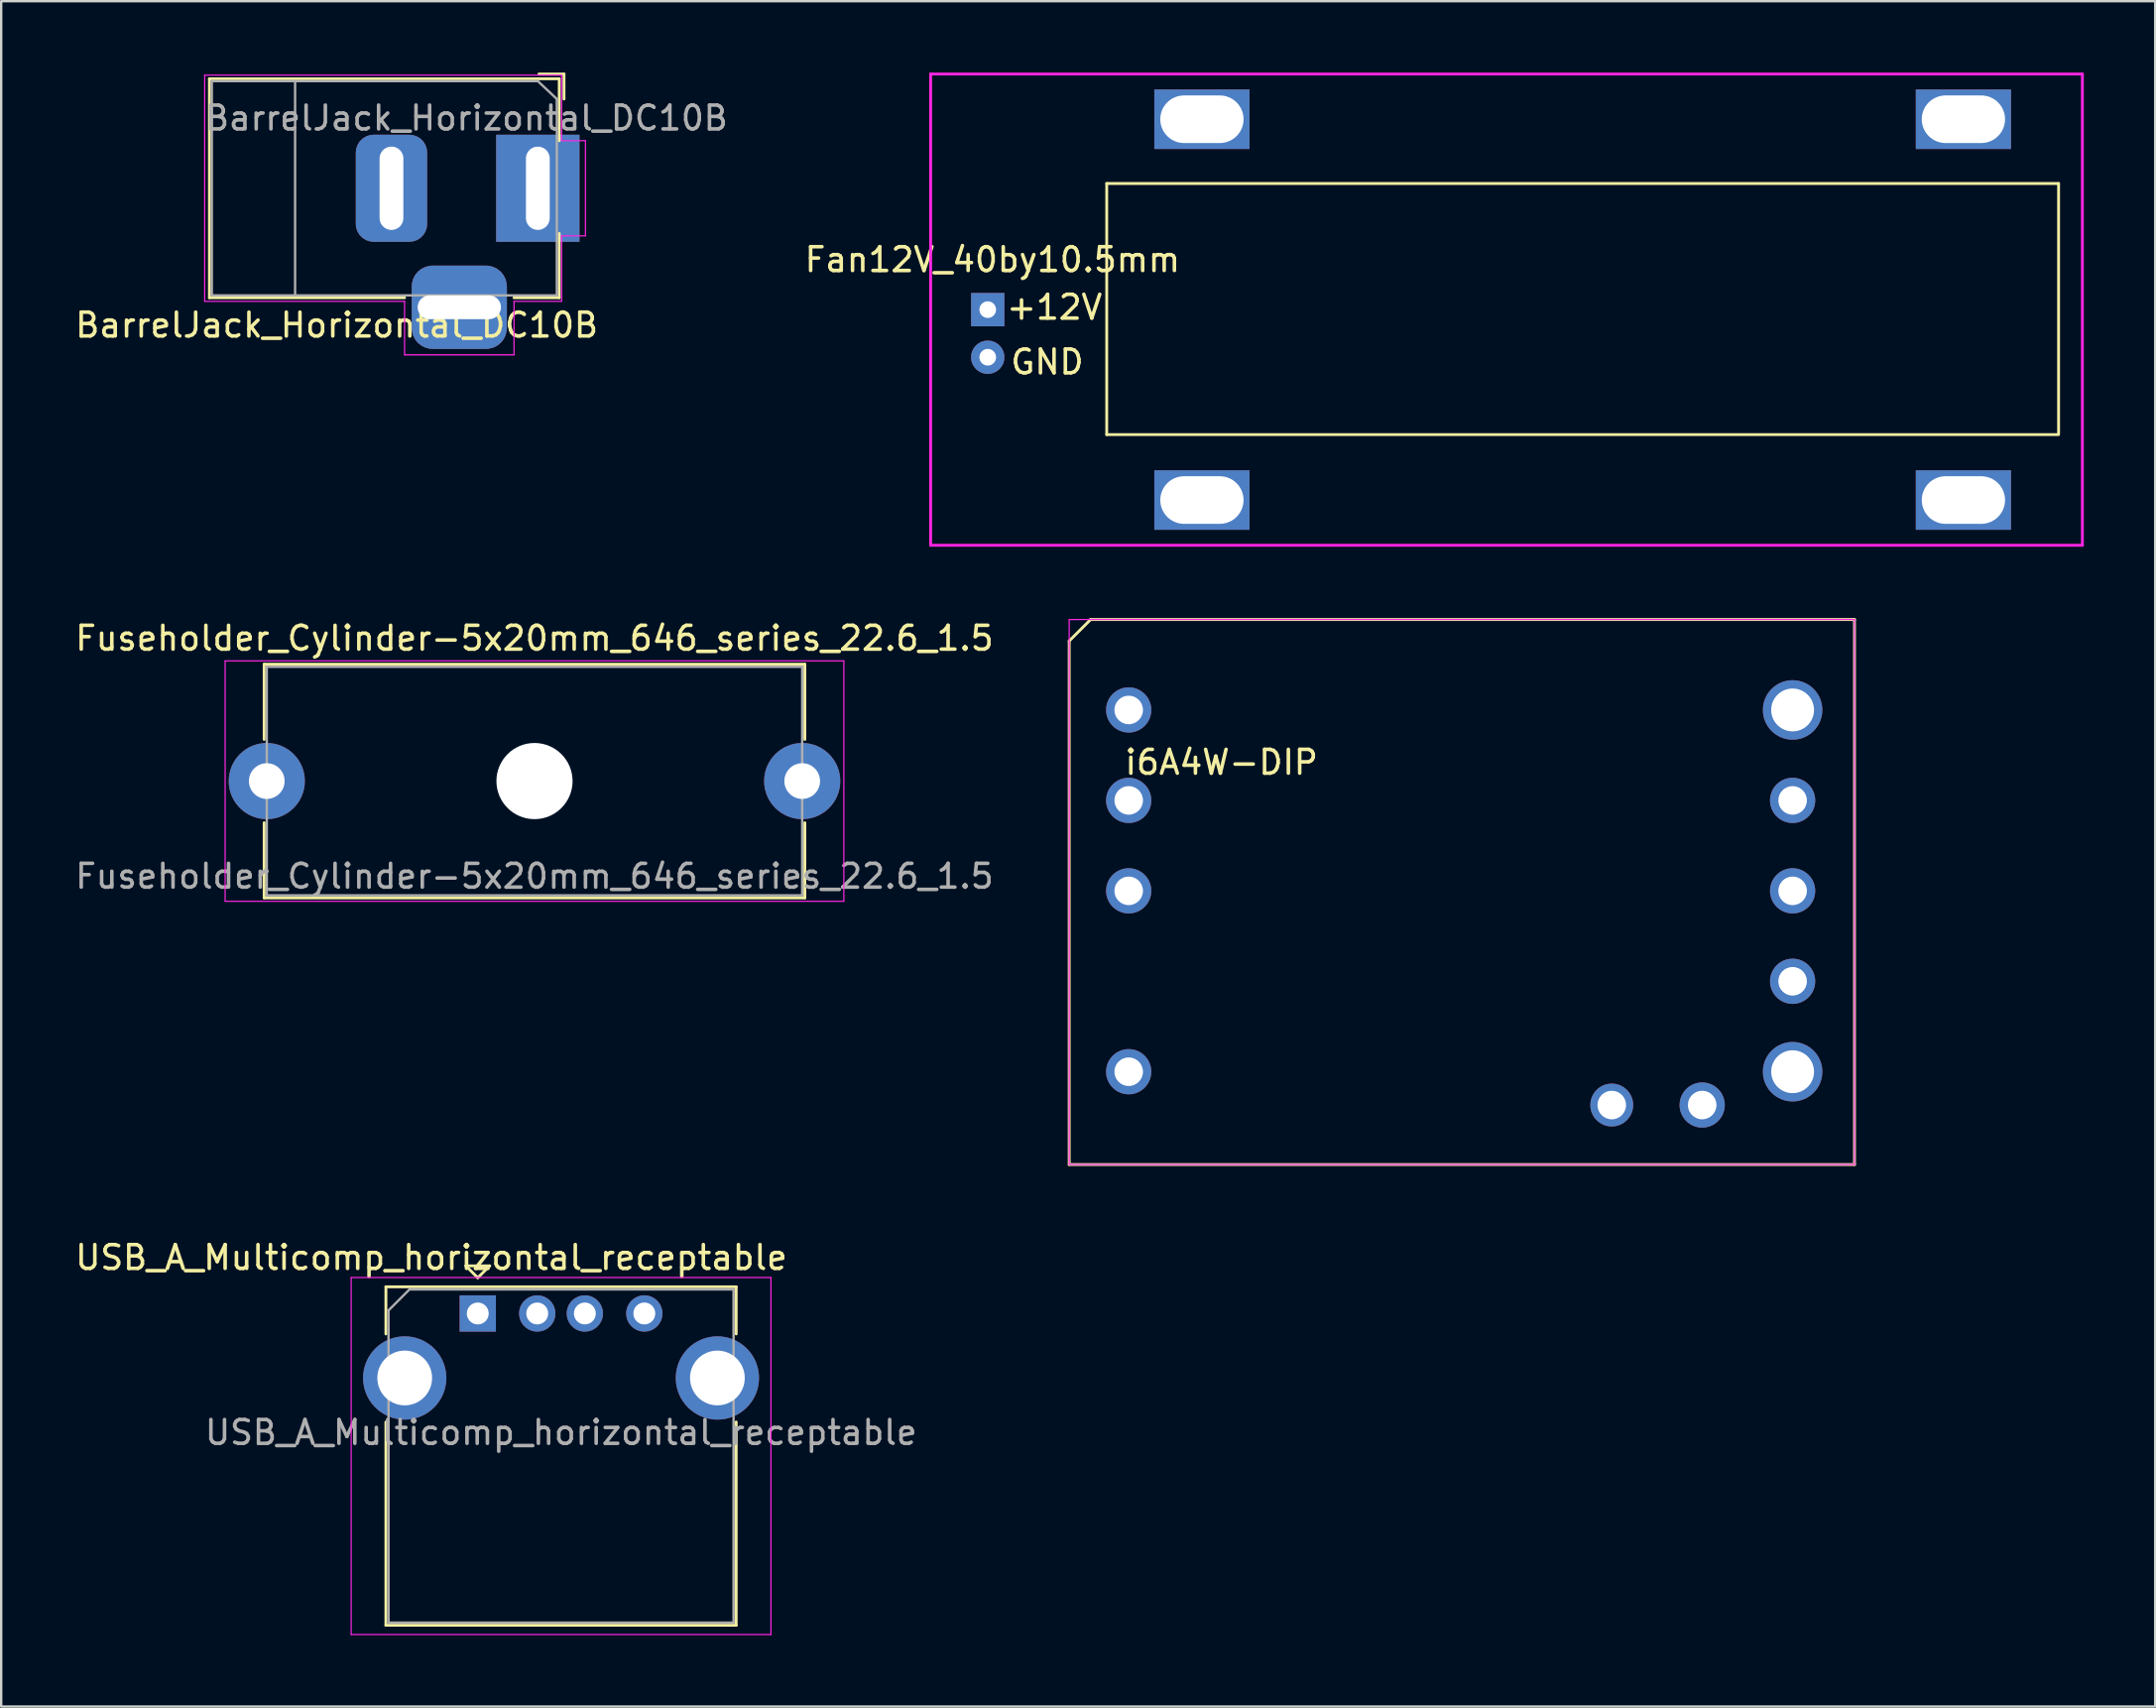
<source format=kicad_pcb>
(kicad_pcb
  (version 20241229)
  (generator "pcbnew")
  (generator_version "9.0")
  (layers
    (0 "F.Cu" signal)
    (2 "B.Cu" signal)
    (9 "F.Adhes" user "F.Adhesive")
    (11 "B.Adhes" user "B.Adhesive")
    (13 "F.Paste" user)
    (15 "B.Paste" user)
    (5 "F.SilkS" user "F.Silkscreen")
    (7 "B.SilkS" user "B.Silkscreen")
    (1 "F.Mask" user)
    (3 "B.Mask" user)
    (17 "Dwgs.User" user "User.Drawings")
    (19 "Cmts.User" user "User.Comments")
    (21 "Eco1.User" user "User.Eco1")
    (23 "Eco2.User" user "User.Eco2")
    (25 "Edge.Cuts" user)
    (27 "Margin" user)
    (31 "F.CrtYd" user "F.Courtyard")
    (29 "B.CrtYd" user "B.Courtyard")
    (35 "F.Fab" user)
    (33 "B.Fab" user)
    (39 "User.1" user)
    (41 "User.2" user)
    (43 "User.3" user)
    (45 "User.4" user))
  (footprint "Fan12V_40by10.5mm"
    (layer "F.Cu")
    (at 38.458 9.96)
    (property "Reference" "Fan12V_40by10.5mm" (at 0.2 -2.1 0) (layer "F.SilkS") (effects (font (size 1 1) (thickness 0.15))))
    (attr through_hole)
    (fp_line (start 5 -5.3) (end 5 5.25) (stroke (width 0.12) (type solid)) (layer "F.SilkS"))
    (fp_line (start 5 -5.3) (end 45 -5.3) (stroke (width 0.12) (type solid)) (layer "F.SilkS"))
    (fp_line (start 5 5.25) (end 45 5.25) (stroke (width 0.12) (type solid)) (layer "F.SilkS"))
    (fp_line (start 45 -5.3) (end 45 5.2) (stroke (width 0.12) (type solid)) (layer "F.SilkS"))
    (fp_line (start -2.4 -9.9) (end -2.4 9.9) (stroke (width 0.12) (type solid)) (layer "F.CrtYd"))
    (fp_line (start -2.4 9.9) (end 46 9.9) (stroke (width 0.12) (type solid)) (layer "F.CrtYd"))
    (fp_line (start 46 -9.9) (end -2.4 -9.9) (stroke (width 0.12) (type solid)) (layer "F.CrtYd"))
    (fp_line (start 46 9.9) (end 46 -9.9) (stroke (width 0.12) (type solid)) (layer "F.CrtYd"))
    (fp_text user "GND" (at 2.5 2.2 0) (layer "F.SilkS") (effects (font (size 1 1) (thickness 0.15))))
    (fp_text user "+12V" (at 2.8 -0.1 0) (layer "F.SilkS") (effects (font (size 1 1) (thickness 0.15))))
    (pad "" np_thru_hole rect (at 9 -8) (size 4 2.5) (drill oval 3.5 2) (layers "*.Cu" "*.Mask"))
    (pad "" np_thru_hole rect (at 9 8) (size 4 2.5) (drill oval 3.5 2) (layers "*.Cu" "*.Mask"))
    (pad "" np_thru_hole rect (at 41 -8) (size 4 2.5) (drill oval 3.5 2) (layers "*.Cu" "*.Mask"))
    (pad "" np_thru_hole rect (at 41 8) (size 4 2.5) (drill oval 3.5 2) (layers "*.Cu" "*.Mask"))
    (pad "1" thru_hole rect (at 0 0) (size 1.4 1.4) (drill 0.7) (layers "*.Cu" "*.Mask"))
    (pad "2" thru_hole circle (at 0 2) (size 1.4 1.4) (drill 0.7) (layers "*.Cu" "*.Mask")))
  (footprint "Fuseholder_Cylinder-5x20mm_646_series_22.6_1.5"
    (layer "F.Cu")
    (at 8.161 29.768)
    (property "Reference" "Fuseholder_Cylinder-5x20mm_646_series_22.6_1.5" (at 11.25 -6 0) (layer "F.SilkS") (effects (font (size 1 1) (thickness 0.15))))
    (attr through_hole)
    (fp_line (start -0.11 -4.91) (end 22.61 -4.91) (stroke (width 0.12) (type solid)) (layer "F.SilkS"))
    (fp_line (start -0.11 -1.75) (end -0.11 -4.91) (stroke (width 0.12) (type solid)) (layer "F.SilkS"))
    (fp_line (start -0.11 4.91) (end -0.11 1.75) (stroke (width 0.12) (type solid)) (layer "F.SilkS"))
    (fp_line (start -0.11 4.91) (end 22.61 4.91) (stroke (width 0.12) (type solid)) (layer "F.SilkS"))
    (fp_line (start 22.61 -1.75) (end 22.61 -4.91) (stroke (width 0.12) (type solid)) (layer "F.SilkS"))
    (fp_line (start 22.61 4.91) (end 22.61 1.75) (stroke (width 0.12) (type solid)) (layer "F.SilkS"))
    (fp_line (start -1.75 -5.05) (end 24.25 -5.05) (stroke (width 0.05) (type solid)) (layer "F.CrtYd"))
    (fp_line (start -1.75 5.05) (end -1.75 -5.05) (stroke (width 0.05) (type solid)) (layer "F.CrtYd"))
    (fp_line (start 24.25 -5.05) (end 24.25 5.05) (stroke (width 0.05) (type solid)) (layer "F.CrtYd"))
    (fp_line (start 24.25 5.05) (end -1.75 5.05) (stroke (width 0.05) (type solid)) (layer "F.CrtYd"))
    (fp_line (start 0 -4.8) (end 0 4.8) (stroke (width 0.1) (type solid)) (layer "F.Fab"))
    (fp_line (start 0 4.8) (end 22.5 4.8) (stroke (width 0.1) (type solid)) (layer "F.Fab"))
    (fp_line (start 22.5 -4.8) (end 0 -4.8) (stroke (width 0.1) (type solid)) (layer "F.Fab"))
    (fp_line (start 22.5 4.8) (end 22.5 -4.8) (stroke (width 0.1) (type solid)) (layer "F.Fab"))
    (fp_text user "${REFERENCE}" (at 11.25 4 0) (layer "F.Fab") (effects (font (size 1 1) (thickness 0.15))))
    (pad "" np_thru_hole circle (at 11.25 0) (size 3.2 3.2) (drill 3.2) (layers "*.Cu" "*.Mask"))
    (pad "1" thru_hole circle (at 0 0) (size 3.2 3.2) (drill 1.5) (layers "*.Cu" "*.Mask"))
    (pad "2" thru_hole circle (at 22.5 0) (size 3.2 3.2) (drill 1.5) (layers "*.Cu" "*.Mask")))
  (footprint "USB_A_Multicomp_horizontal_receptable"
    (layer "F.Cu")
    (at 17.027 52.138)
    (property "Reference" "USB_A_Multicomp_horizontal_receptable" (at -1.95 -2.35 0) (layer "F.SilkS") (effects (font (size 1 1) (thickness 0.15))))
    (attr through_hole)
    (fp_line (start -3.86 -1.12) (end -3.86 0.86) (stroke (width 0.12) (type solid)) (layer "F.SilkS"))
    (fp_line (start -3.86 -1.12) (end 10.86 -1.12) (stroke (width 0.12) (type solid)) (layer "F.SilkS"))
    (fp_line (start -3.86 4.56) (end -3.86 13.1) (stroke (width 0.12) (type solid)) (layer "F.SilkS"))
    (fp_line (start -3.86 13.1) (end 10.86 13.1) (stroke (width 0.12) (type solid)) (layer "F.SilkS"))
    (fp_line (start -0.5 -2) (end 0 -1.5) (stroke (width 0.12) (type solid)) (layer "F.SilkS"))
    (fp_line (start 0 -1.5) (end 0.5 -2) (stroke (width 0.12) (type solid)) (layer "F.SilkS"))
    (fp_line (start 0.5 -2) (end -0.5 -2) (stroke (width 0.12) (type solid)) (layer "F.SilkS"))
    (fp_line (start 10.86 0.86) (end 10.86 -1.12) (stroke (width 0.12) (type solid)) (layer "F.SilkS"))
    (fp_line (start 10.86 4.56) (end 10.86 13.1) (stroke (width 0.12) (type solid)) (layer "F.SilkS"))
    (fp_line (start -5.32 -1.51) (end -5.32 13.49) (stroke (width 0.05) (type solid)) (layer "F.CrtYd"))
    (fp_line (start -5.32 -1.51) (end 12.32 -1.51) (stroke (width 0.05) (type solid)) (layer "F.CrtYd"))
    (fp_line (start 12.32 -1.51) (end 12.32 13.49) (stroke (width 0.05) (type solid)) (layer "F.CrtYd"))
    (fp_line (start 12.32 13.49) (end -5.32 13.49) (stroke (width 0.05) (type solid)) (layer "F.CrtYd"))
    (fp_line (start -3.75 -0.13) (end -3.75 12.99) (stroke (width 0.1) (type solid)) (layer "F.Fab"))
    (fp_line (start -3.75 12.99) (end 10.75 12.99) (stroke (width 0.1) (type solid)) (layer "F.Fab"))
    (fp_line (start -2.87 -1.01) (end -3.75 -0.13) (stroke (width 0.1) (type solid)) (layer "F.Fab"))
    (fp_line (start -2.87 -1.01) (end 10.75 -1.01) (stroke (width 0.1) (type solid)) (layer "F.Fab"))
    (fp_line (start 10.75 -1.01) (end 10.75 12.99) (stroke (width 0.1) (type solid)) (layer "F.Fab"))
    (fp_text user "${REFERENCE}" (at 3.5 5 0) (layer "F.Fab") (effects (font (size 1 1) (thickness 0.15))))
    (pad "1" thru_hole rect (at 0 0) (size 1.524 1.524) (drill 0.92) (layers "*.Cu" "*.Mask"))
    (pad "2" thru_hole circle (at 2.5 0) (size 1.524 1.524) (drill 0.92) (layers "*.Cu" "*.Mask"))
    (pad "3" thru_hole circle (at 4.5 0) (size 1.524 1.524) (drill 0.92) (layers "*.Cu" "*.Mask"))
    (pad "4" thru_hole circle (at 7 0) (size 1.524 1.524) (drill 0.92) (layers "*.Cu" "*.Mask"))
    (pad "5" thru_hole circle (at -3.07 2.71) (size 3.5 3.5) (drill 2.3) (layers "*.Cu" "*.Mask"))
    (pad "5" thru_hole circle (at 10.07 2.71) (size 3.5 3.5) (drill 2.3) (layers "*.Cu" "*.Mask")))
  (footprint "BarrelJack_Horizontal_DC10B"
    (layer "F.Cu")
    (at 19.551 4.86)
    (property "Reference" "BarrelJack_Horizontal_DC10B" (at -8.45 5.75 0) (layer "F.SilkS") (effects (font (size 1 1) (thickness 0.15))))
    (attr through_hole)
    (fp_line (start -13.8 -4.6) (end 0.9 -4.6) (stroke (width 0.12) (type solid)) (layer "F.SilkS"))
    (fp_line (start -13.8 4.6) (end -13.8 -4.6) (stroke (width 0.12) (type solid)) (layer "F.SilkS"))
    (fp_line (start -5.6 4.6) (end -13.8 4.6) (stroke (width 0.12) (type solid)) (layer "F.SilkS"))
    (fp_line (start 0.05 -4.8) (end 1.1 -4.8) (stroke (width 0.12) (type solid)) (layer "F.SilkS"))
    (fp_line (start 0.9 -4.6) (end 0.9 -2) (stroke (width 0.12) (type solid)) (layer "F.SilkS"))
    (fp_line (start 0.9 1.9) (end 0.9 4.6) (stroke (width 0.12) (type solid)) (layer "F.SilkS"))
    (fp_line (start 0.9 4.6) (end -1 4.6) (stroke (width 0.12) (type solid)) (layer "F.SilkS"))
    (fp_line (start 1.1 -3.75) (end 1.1 -4.8) (stroke (width 0.12) (type solid)) (layer "F.SilkS"))
    (fp_line (start -14 4.75) (end -14 -4.75) (stroke (width 0.05) (type solid)) (layer "F.CrtYd"))
    (fp_line (start -5.6 4.75) (end -14 4.75) (stroke (width 0.05) (type solid)) (layer "F.CrtYd"))
    (fp_line (start -5.6 7) (end -5.6 4.75) (stroke (width 0.05) (type solid)) (layer "F.CrtYd"))
    (fp_line (start -1 4.75) (end -1 7) (stroke (width 0.05) (type solid)) (layer "F.CrtYd"))
    (fp_line (start -1 7) (end -5.6 7) (stroke (width 0.05) (type solid)) (layer "F.CrtYd"))
    (fp_line (start 1 -4.75) (end -14 -4.75) (stroke (width 0.05) (type solid)) (layer "F.CrtYd"))
    (fp_line (start 1 -4.5) (end 1 -4.75) (stroke (width 0.05) (type solid)) (layer "F.CrtYd"))
    (fp_line (start 1 -4.5) (end 1 -2) (stroke (width 0.05) (type solid)) (layer "F.CrtYd"))
    (fp_line (start 1 -2) (end 2 -2) (stroke (width 0.05) (type solid)) (layer "F.CrtYd"))
    (fp_line (start 1 2) (end 1 4.75) (stroke (width 0.05) (type solid)) (layer "F.CrtYd"))
    (fp_line (start 1 4.75) (end -1 4.75) (stroke (width 0.05) (type solid)) (layer "F.CrtYd"))
    (fp_line (start 2 -2) (end 2 2) (stroke (width 0.05) (type solid)) (layer "F.CrtYd"))
    (fp_line (start 2 2) (end 1 2) (stroke (width 0.05) (type solid)) (layer "F.CrtYd"))
    (fp_line (start -13.7 -4.5) (end -13.7 4.5) (stroke (width 0.1) (type solid)) (layer "F.Fab"))
    (fp_line (start -13.7 4.5) (end 0.8 4.5) (stroke (width 0.1) (type solid)) (layer "F.Fab"))
    (fp_line (start -10.2 -4.5) (end -10.2 4.5) (stroke (width 0.1) (type solid)) (layer "F.Fab"))
    (fp_line (start -0.003 -4.505) (end 0.8 -3.75) (stroke (width 0.1) (type solid)) (layer "F.Fab"))
    (fp_line (start 0 -4.5) (end -13.7 -4.5) (stroke (width 0.1) (type solid)) (layer "F.Fab"))
    (fp_line (start 0.8 4.5) (end 0.8 -3.75) (stroke (width 0.1) (type solid)) (layer "F.Fab"))
    (fp_text user "${REFERENCE}" (at -3 -2.95 0) (layer "F.Fab") (effects (font (size 1 1) (thickness 0.15))))
    (pad "1" thru_hole rect (at 0 0) (size 3.5 4.5) (drill oval 1 3.5) (layers "*.Cu" "*.Mask"))
    (pad "2" thru_hole roundrect (at -3.3 5) (size 4 3.5) (drill oval 3.5 1) (layers "*.Cu" "*.Mask") (roundrect_rratio 0.25))
    (pad "3" thru_hole roundrect (at -6.15 0) (size 3 4.5) (drill oval 1 3.5) (layers "*.Cu" "*.Mask") (roundrect_rratio 0.25)))
  (footprint "i6A4W-DIP"
    (layer "F.Cu")
    (at 44.381 26.78)
    (property "Reference" "i6A4W-DIP" (at 3.9 2.2 0) (layer "F.SilkS") (effects (font (size 1 1) (thickness 0.15))))
    (attr through_hole)
    (fp_line (start -2.5 -2.9) (end -1.6 -3.8) (stroke (width 0.12) (type solid)) (layer "F.SilkS"))
    (fp_line (start -2.5 19.1) (end -2.5 -2.9) (stroke (width 0.12) (type solid)) (layer "F.SilkS"))
    (fp_line (start -1.6 -3.8) (end 30.5 -3.8) (stroke (width 0.12) (type solid)) (layer "F.SilkS"))
    (fp_line (start 30.5 -3.8) (end 30.5 19.1) (stroke (width 0.12) (type solid)) (layer "F.SilkS"))
    (fp_line (start 30.5 19.1) (end -2.5 19.1) (stroke (width 0.12) (type solid)) (layer "F.SilkS"))
    (fp_line (start -2.5 -3.8) (end -2.5 19.1) (stroke (width 0.05) (type solid)) (layer "F.CrtYd"))
    (fp_line (start -2.5 -3.8) (end 30.5 -3.8) (stroke (width 0.05) (type solid)) (layer "F.CrtYd"))
    (fp_line (start -2.5 19.1) (end 30.5 19.1) (stroke (width 0.05) (type solid)) (layer "F.CrtYd"))
    (fp_line (start 30.5 -3.8) (end 30.5 19.1) (stroke (width 0.05) (type solid)) (layer "F.CrtYd"))
    (pad "1" thru_hole circle (at 0 0) (size 1.9 1.9) (drill 1.2) (layers "*.Cu" "*.Mask"))
    (pad "2" thru_hole circle (at 0 7.6) (size 1.9 1.9) (drill 1.2) (layers "*.Cu" "*.Mask"))
    (pad "3" thru_hole circle (at 0 15.2) (size 1.9 1.9) (drill 1.2) (layers "*.Cu" "*.Mask"))
    (pad "4" thru_hole circle (at 27.9 15.2) (size 2.5 2.5) (drill 1.8) (layers "*.Cu" "*.Mask"))
    (pad "5" thru_hole circle (at 27.9 11.4) (size 1.9 1.9) (drill 1.2) (layers "*.Cu" "*.Mask"))
    (pad "6" thru_hole circle (at 27.9 7.6) (size 1.9 1.9) (drill 1.2) (layers "*.Cu" "*.Mask"))
    (pad "7" thru_hole circle (at 27.9 3.8) (size 1.9 1.9) (drill 1.2) (layers "*.Cu" "*.Mask"))
    (pad "8" thru_hole circle (at 27.9 0) (size 2.5 2.5) (drill 1.8) (layers "*.Cu" "*.Mask"))
    (pad "32" thru_hole circle (at 20.3 16.6) (size 1.8 1.8) (drill 1.2) (layers "*.Cu" "*.Mask"))
    (pad "33" thru_hole circle (at 24.1 16.6) (size 1.9 1.9) (drill 1.2) (layers "*.Cu" "*.Mask"))
    (pad "34" thru_hole circle (at 0 3.8) (size 1.9 1.9) (drill 1.2) (layers "*.Cu" "*.Mask")))
  (gr_rect
    (start -3 -3)
    (end 87.518 68.653)
    (stroke (width 0.1) (type default))
    (fill no)
    (layer "Edge.Cuts")))
</source>
